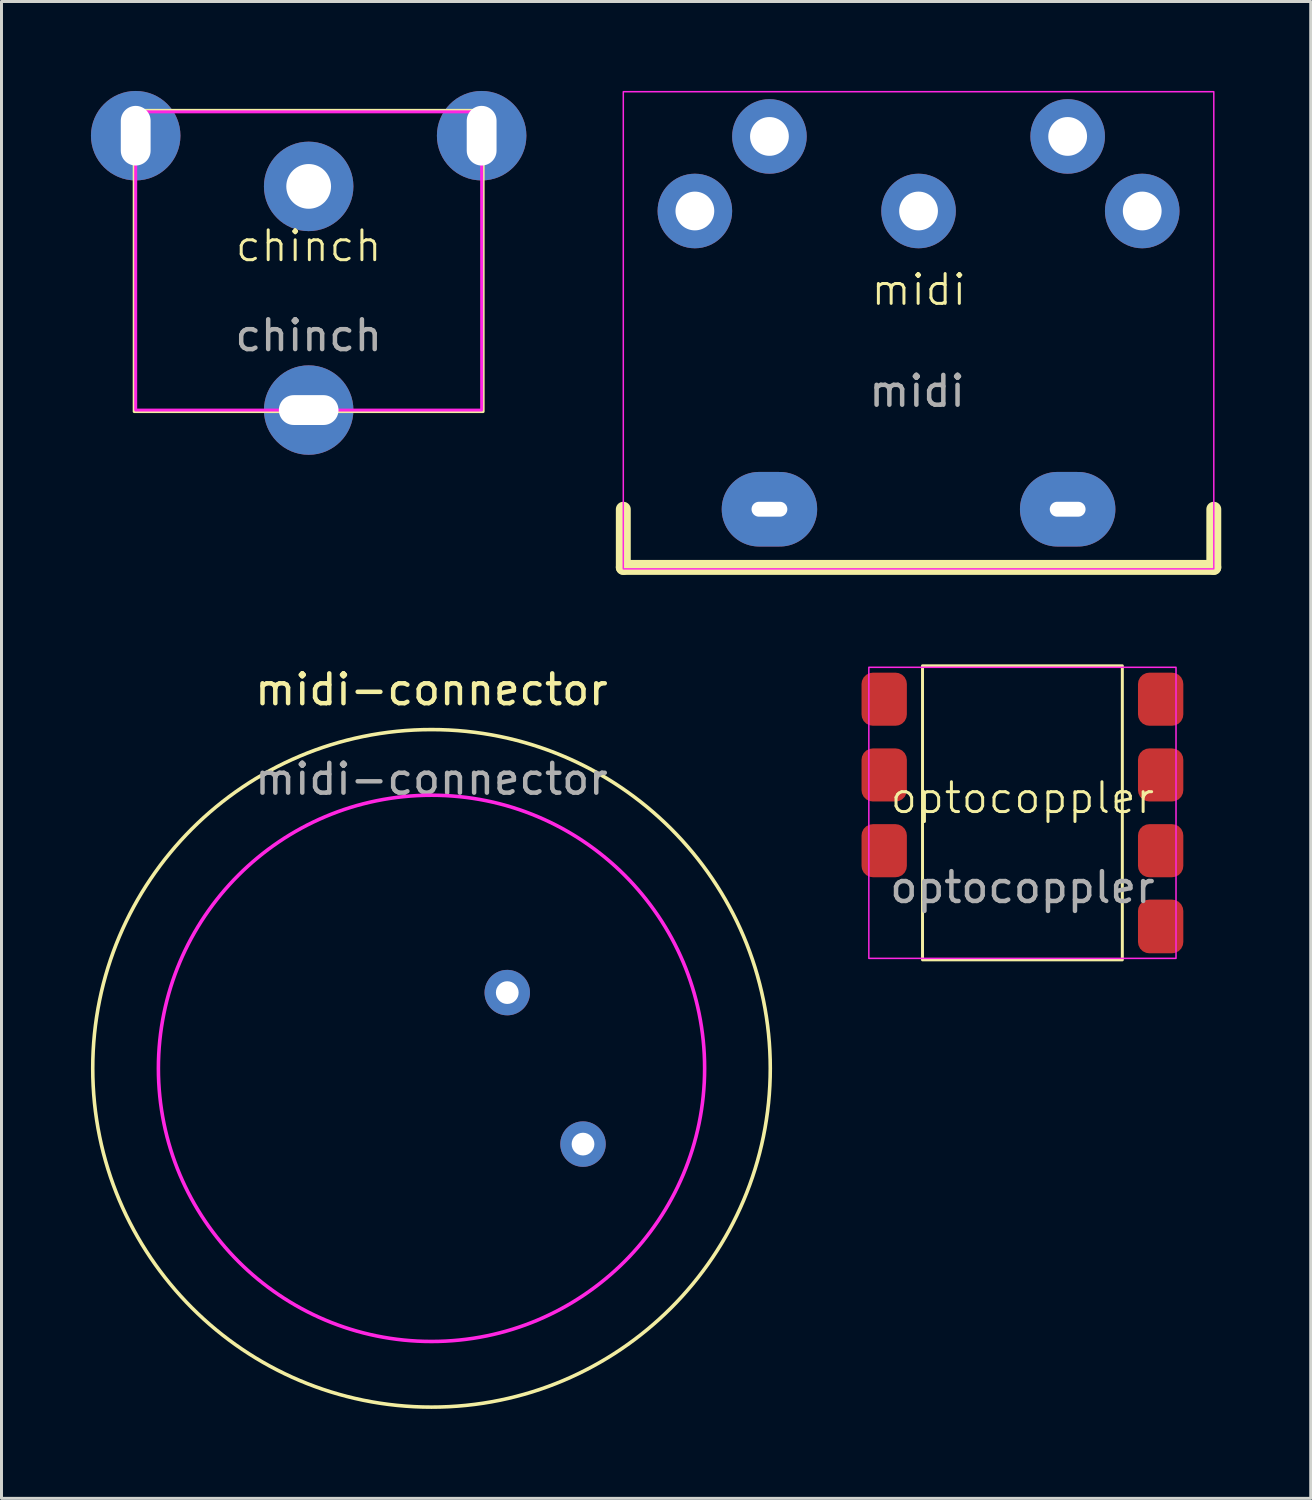
<source format=kicad_pcb>
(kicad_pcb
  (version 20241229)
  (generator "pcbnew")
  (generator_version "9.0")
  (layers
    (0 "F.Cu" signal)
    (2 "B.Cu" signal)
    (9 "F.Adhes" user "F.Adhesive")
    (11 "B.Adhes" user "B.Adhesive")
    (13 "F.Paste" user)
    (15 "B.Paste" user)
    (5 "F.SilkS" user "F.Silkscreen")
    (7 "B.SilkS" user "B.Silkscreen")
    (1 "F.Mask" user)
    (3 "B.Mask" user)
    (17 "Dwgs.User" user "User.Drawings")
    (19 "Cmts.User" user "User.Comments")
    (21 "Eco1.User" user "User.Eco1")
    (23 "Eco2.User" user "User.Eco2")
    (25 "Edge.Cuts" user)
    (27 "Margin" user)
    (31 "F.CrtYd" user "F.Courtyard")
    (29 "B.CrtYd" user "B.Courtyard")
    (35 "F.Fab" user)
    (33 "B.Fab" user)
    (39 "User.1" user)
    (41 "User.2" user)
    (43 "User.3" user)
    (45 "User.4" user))
  (footprint "midi-connector"
    (layer "F.Cu")
    (at 11.419 32.773)
    (property "Reference" "midi-connector" (at 0 -12.7 0) (unlocked yes) (layer "F.SilkS") (effects (font (size 1 1) (thickness 0.15))))
    (attr through_hole)
    (fp_circle (center -7.62 -2.54) (end -7.62 -2.54) (stroke (width 0.12) (type solid)) (fill no) (layer "F.Mask"))
    (fp_circle (center 0 0) (end -5.08 -10.16) (stroke (width 0.12) (type solid)) (fill no) (layer "F.SilkS"))
    (fp_circle (center 0 0) (end 9.158 0) (stroke (width 0.12) (type solid)) (fill no) (layer "F.CrtYd"))
    (fp_text user "RX" (at 10.16 -2.54 0) (unlocked yes) (layer "F.Mask") (effects (font (size 1 1) (thickness 0.15))))
    (fp_text user "${REFERENCE}" (at 0 -9.7 0) (unlocked yes) (layer "F.Fab") (effects (font (size 1 1) (thickness 0.15))))
    (pad "1" thru_hole circle (at 2.54 -2.54) (size 1.524 1.524) (drill 0.762) (layers "*.Cu" "*.Mask"))
    (pad "2" thru_hole circle (at 5.08 2.54) (size 1.524 1.524) (drill 0.762) (layers "*.Cu" "*.Mask")))
  (footprint "midi"
    (layer "F.Cu")
    (at 27.75 4.025)
    (property "Reference" "midi" (at 0.01 2.64 0) (unlocked yes) (layer "F.SilkS") (effects (font (size 1 1) (thickness 0.1))))
    (attr smd)
    (fp_line (start -9.9 11.95) (end -9.9 10) (stroke (width 0.5) (type default)) (layer "F.SilkS"))
    (fp_line (start 9.9 11.95) (end -9.9 11.95) (stroke (width 0.5) (type default)) (layer "F.SilkS"))
    (fp_line (start 9.9 11.95) (end 9.9 10) (stroke (width 0.5) (type default)) (layer "F.SilkS"))
    (fp_rect (start -9.9 -4) (end 9.9 12) (stroke (width 0.05) (type default)) (fill no) (layer "F.CrtYd"))
    (fp_text user "${REFERENCE}" (at -0.05 6.04 0) (unlocked yes) (layer "F.Fab") (effects (font (size 1 1) (thickness 0.15))))
    (pad "1" thru_hole oval (at 7.5 0 180) (size 2.5 2.5) (drill oval 1.3) (layers "*.Cu" "*.Mask"))
    (pad "2" thru_hole oval (at -5 10 180) (size 3.2 2.5) (drill oval 1.2 0.5) (layers "*.Cu" "*.Mask"))
    (pad "2" thru_hole oval (at 0 0 180) (size 2.5 2.5) (drill oval 1.3) (layers "*.Cu" "*.Mask"))
    (pad "2" thru_hole oval (at 5 10 180) (size 3.2 2.5) (drill oval 1.2 0.5) (layers "*.Cu" "*.Mask"))
    (pad "3" thru_hole oval (at -7.5 0 180) (size 2.5 2.5) (drill oval 1.3) (layers "*.Cu" "*.Mask"))
    (pad "4" thru_hole oval (at 5 -2.5 180) (size 2.5 2.5) (drill oval 1.3) (layers "*.Cu" "*.Mask"))
    (pad "5" thru_hole oval (at -5 -2.5 180) (size 2.5 2.5) (drill oval 1.3) (layers "*.Cu" "*.Mask")))
  (footprint "optocoppler"
    (layer "F.Cu")
    (at 31.233 24.205)
    (property "Reference" "optocoppler" (at 0 -0.5 0) (unlocked yes) (layer "F.SilkS") (effects (font (size 1 1) (thickness 0.1))))
    (attr smd)
    (fp_rect (start -3.35 -4.93) (end 3.35 4.93) (stroke (width 0.1) (type default)) (fill no) (layer "F.SilkS"))
    (fp_rect (start 5.15 -4.88) (end -5.15 4.88) (stroke (width 0.05) (type default)) (fill no) (layer "F.CrtYd"))
    (fp_text user "${REFERENCE}" (at 0 2.5 0) (unlocked yes) (layer "F.Fab") (effects (font (size 1 1) (thickness 0.15))))
    (pad "" smd roundrect (at -4.635 3.81 180) (size 1.52 1.78) (layers "F.Paste") (roundrect_rratio 0.25))
    (pad "1" smd roundrect (at -4.635 -3.81 180) (size 1.52 1.78) (layers "F.Cu" "F.Mask" "F.Paste") (roundrect_rratio 0.25))
    (pad "2" smd roundrect (at -4.635 -1.27 180) (size 1.52 1.78) (layers "F.Cu" "F.Mask" "F.Paste") (roundrect_rratio 0.25))
    (pad "3" smd roundrect (at -4.635 1.27 180) (size 1.52 1.78) (layers "F.Cu" "F.Mask" "F.Paste") (roundrect_rratio 0.25))
    (pad "5" smd roundrect (at 4.635 3.81 180) (size 1.52 1.8) (layers "F.Cu" "F.Mask" "F.Paste") (roundrect_rratio 0.25))
    (pad "6" smd roundrect (at 4.635 1.27 180) (size 1.52 1.78) (layers "F.Cu" "F.Mask" "F.Paste") (roundrect_rratio 0.25))
    (pad "7" smd roundrect (at 4.635 -1.27 180) (size 1.52 1.78) (layers "F.Cu" "F.Mask" "F.Paste") (roundrect_rratio 0.25))
    (pad "8" smd roundrect (at 4.635 -3.81 180) (size 1.52 1.78) (layers "F.Cu" "F.Mask" "F.Paste") (roundrect_rratio 0.25)))
  (footprint "chinch"
    (layer "F.Cu")
    (at 7.3 5.7)
    (property "Reference" "chinch" (at 0 -0.5 0) (unlocked yes) (layer "F.SilkS") (effects (font (size 1 1) (thickness 0.1))))
    (attr through_hole)
    (fp_rect (start -5.85 -5.05) (end 5.85 5.05) (stroke (width 0.1) (type default)) (fill no) (layer "F.SilkS"))
    (fp_rect (start -5.8 -5) (end 5.8 5) (stroke (width 0.1) (type default)) (fill no) (layer "F.CrtYd"))
    (fp_text user "${REFERENCE}" (at 0 2.5 0) (unlocked yes) (layer "F.Fab") (effects (font (size 1 1) (thickness 0.15))))
    (pad "1" thru_hole circle (at 0 -2.5 180) (size 3 3) (drill 1.5) (layers "*.Cu" "*.Mask"))
    (pad "2" thru_hole circle (at -5.8 -4.2 180) (size 3 3) (drill oval 1 2) (layers "*.Cu" "*.Mask"))
    (pad "2" thru_hole circle (at 0 5 180) (size 3 3) (drill oval 2 1) (layers "*.Cu" "*.Mask"))
    (pad "2" thru_hole oval (at 5.8 -4.2 180) (size 3 3) (drill oval 1 2) (layers "*.Cu" "*.Mask")))
  (gr_rect
    (start -3 -3)
    (end 40.9 47.192)
    (stroke (width 0.1) (type default))
    (fill no)
    (layer "Edge.Cuts")))
</source>
